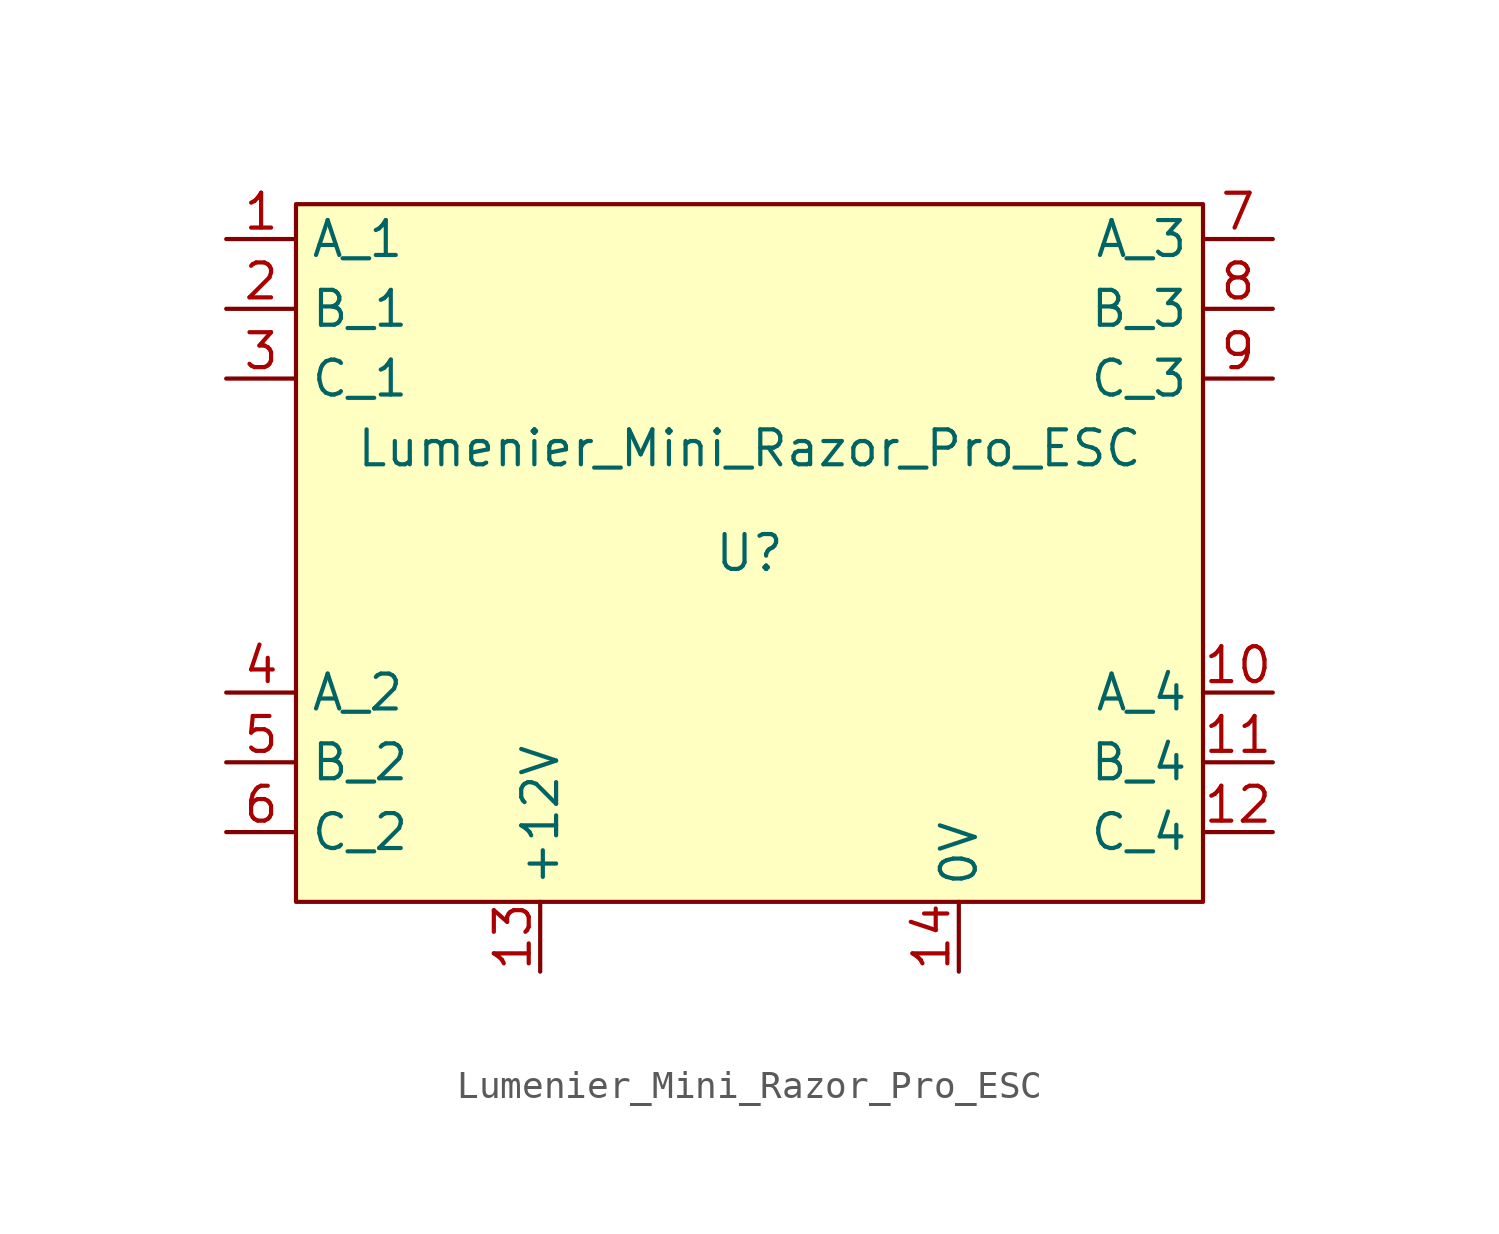
<source format=kicad_sym>
(kicad_symbol_lib
  (version 20231120)
  (generator "kicad_symbol_editor")
  (generator_version "8.0")
  (symbol "Lumenier_Mini_Razor_Pro_ESC"
    (property "Reference" "U"
      (at 0 0 0)
      (effects (font (size 1.27 1.27))))
    (property "Value" "Lumenier_Mini_Razor_Pro_ESC"
      (at 0 3.81 0)
      (effects (font (size 1.27 1.27))))
    (symbol "Lumenier_Mini_Razor_Pro_ESC_1_1"
      (rectangle (start -16.51 12.7) (end 16.51 -12.7) (stroke (width 0) (type default)) (fill (type background)))
      (pin output line (at -19.05 11.43 0) (length 2.54) (name "A_1" (effects (font (size 1.27 1.27)))) (number "1" (effects (font (size 1.27 1.27)))))
      (pin output line (at 19.05 -5.08 180) (length 2.54) (name "A_4" (effects (font (size 1.27 1.27)))) (number "10" (effects (font (size 1.27 1.27)))))
      (pin output line (at 19.05 -7.62 180) (length 2.54) (name "B_4" (effects (font (size 1.27 1.27)))) (number "11" (effects (font (size 1.27 1.27)))))
      (pin output line (at 19.05 -10.16 180) (length 2.54) (name "C_4" (effects (font (size 1.27 1.27)))) (number "12" (effects (font (size 1.27 1.27)))))
      (pin power_in line (at -7.62 -15.24 90) (length 2.54) (name "+12V" (effects (font (size 1.27 1.27)))) (number "13" (effects (font (size 1.27 1.27)))))
      (pin power_in line (at 7.62 -15.24 90) (length 2.54) (name "0V" (effects (font (size 1.27 1.27)))) (number "14" (effects (font (size 1.27 1.27)))))
      (pin output line (at -19.05 8.89 0) (length 2.54) (name "B_1" (effects (font (size 1.27 1.27)))) (number "2" (effects (font (size 1.27 1.27)))))
      (pin output line (at -19.05 6.35 0) (length 2.54) (name "C_1" (effects (font (size 1.27 1.27)))) (number "3" (effects (font (size 1.27 1.27)))))
      (pin output line (at -19.05 -5.08 0) (length 2.54) (name "A_2" (effects (font (size 1.27 1.27)))) (number "4" (effects (font (size 1.27 1.27)))))
      (pin output line (at -19.05 -7.62 0) (length 2.54) (name "B_2" (effects (font (size 1.27 1.27)))) (number "5" (effects (font (size 1.27 1.27)))))
      (pin output line (at -19.05 -10.16 0) (length 2.54) (name "C_2" (effects (font (size 1.27 1.27)))) (number "6" (effects (font (size 1.27 1.27)))))
      (pin output line (at 19.05 11.43 180) (length 2.54) (name "A_3" (effects (font (size 1.27 1.27)))) (number "7" (effects (font (size 1.27 1.27)))))
      (pin output line (at 19.05 8.89 180) (length 2.54) (name "B_3" (effects (font (size 1.27 1.27)))) (number "8" (effects (font (size 1.27 1.27)))))
      (pin output line (at 19.05 6.35 180) (length 2.54) (name "C_3" (effects (font (size 1.27 1.27)))) (number "9" (effects (font (size 1.27 1.27))))))))
</source>
